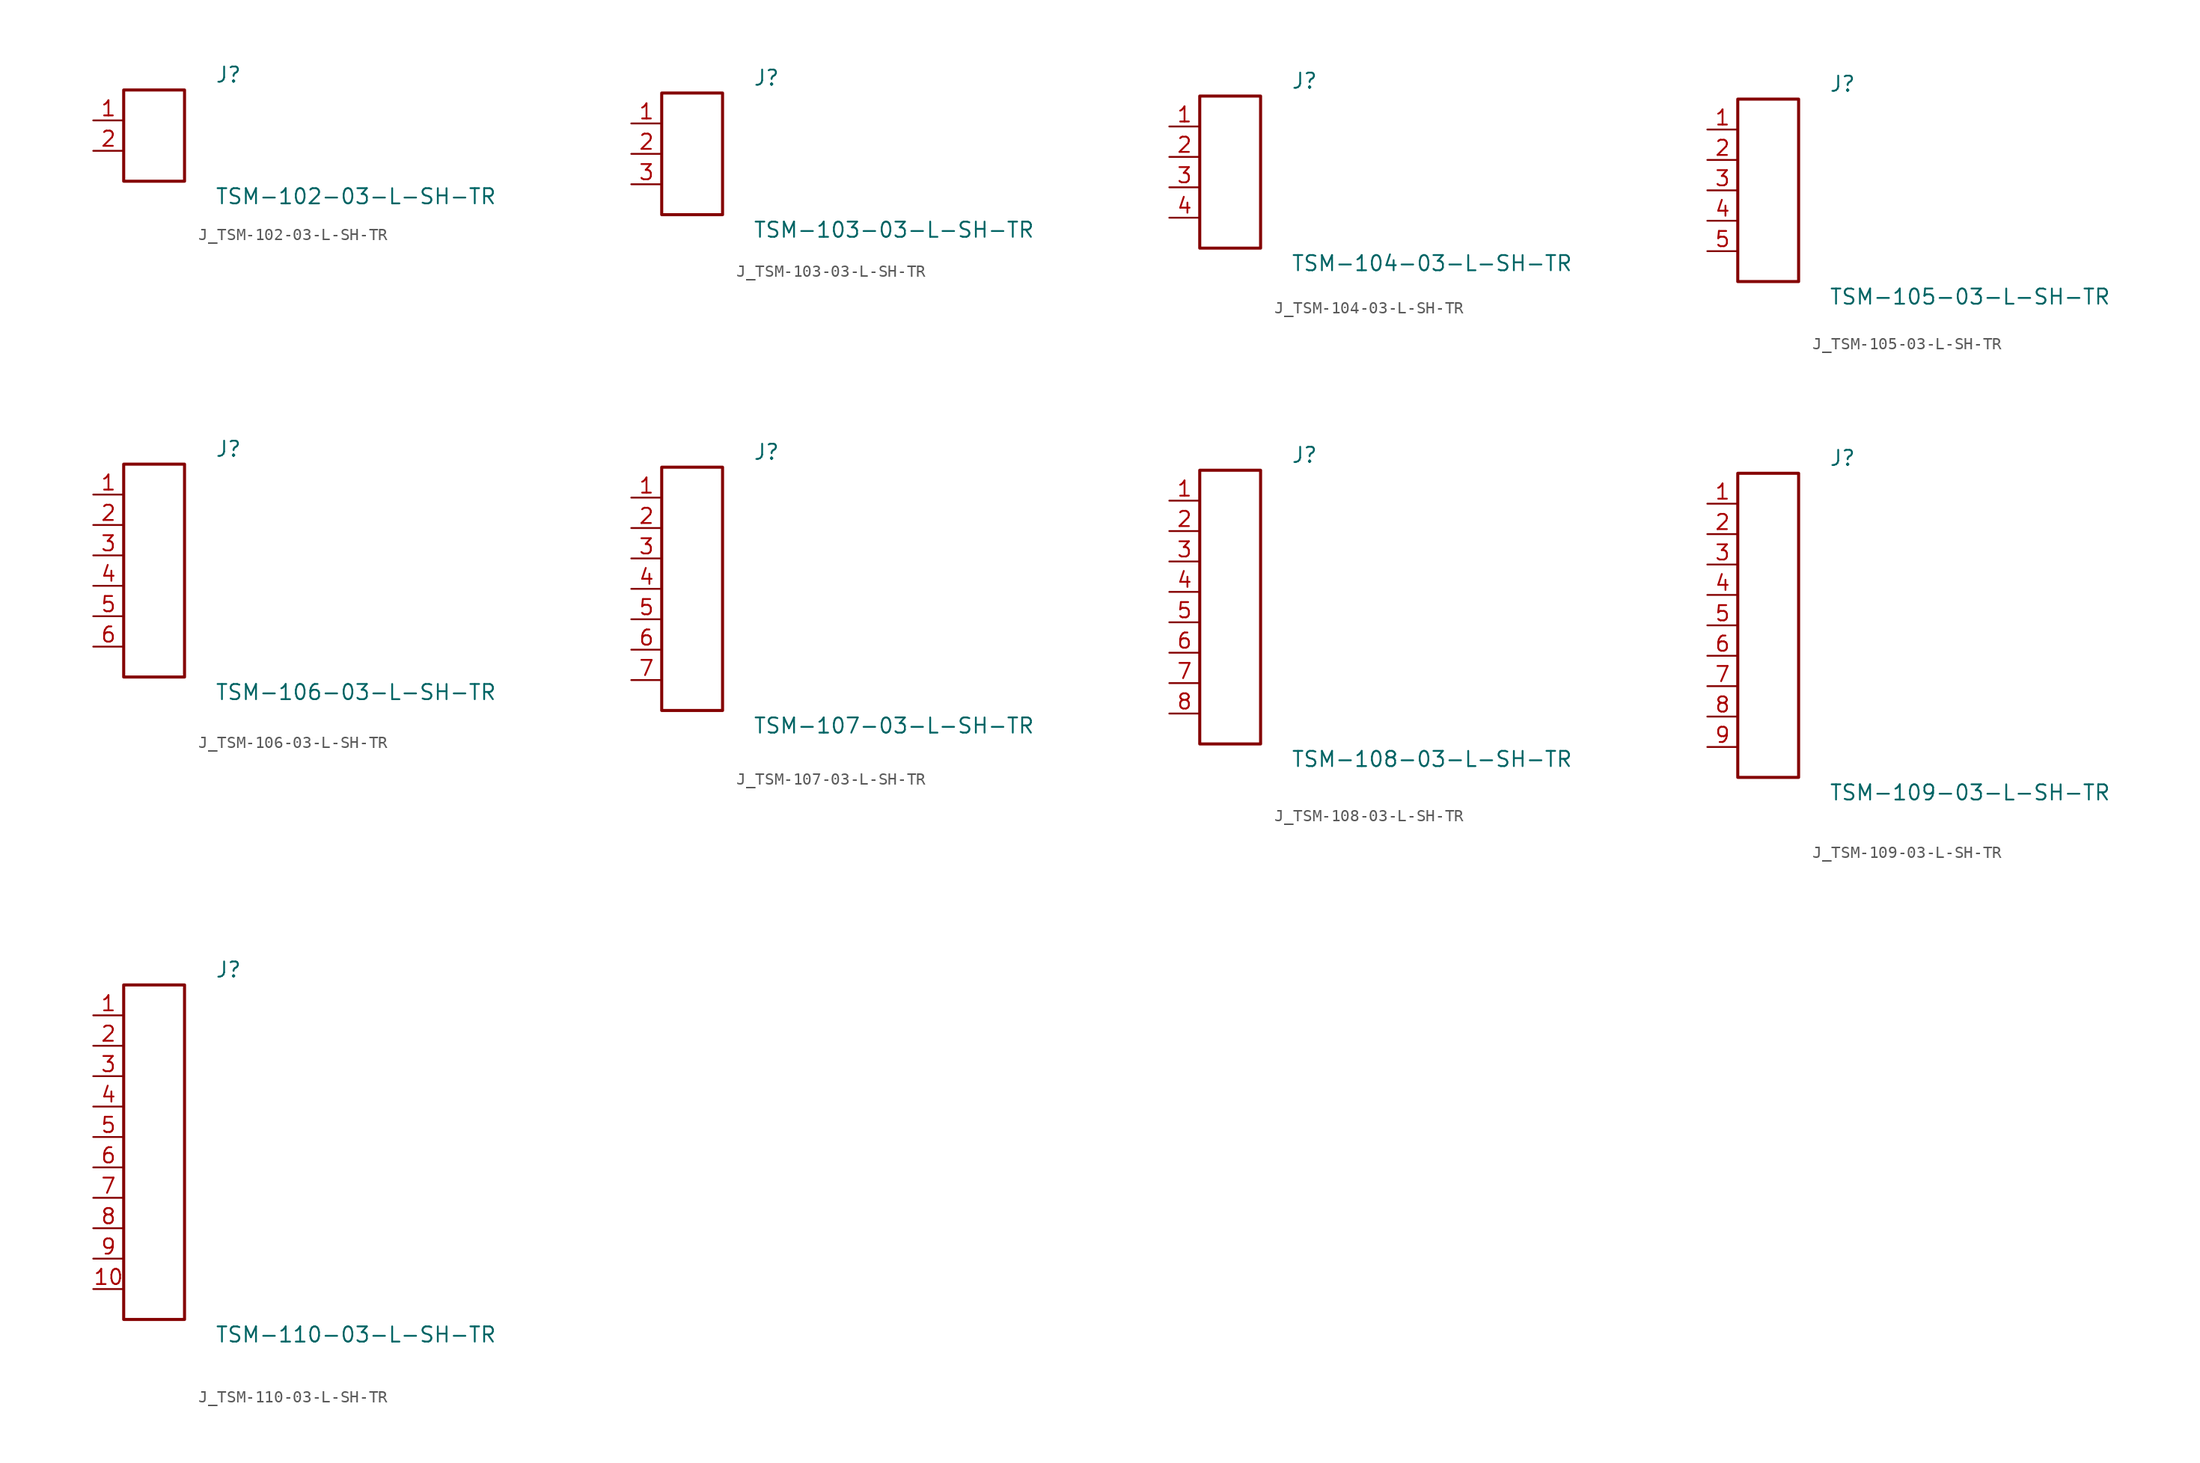
<source format=kicad_sym>
(kicad_symbol_lib
  (version 20231120)
  (generator kicad_symbol_editor)
  (generator_version 8.0)
  (symbol "J_TSM-102-03-L-SH-TR"
    (pin_names
      (offset 0.254))
    (property "Reference" "J"
      (at 5.08 5.08 0)
      (effects (font (size 1.27 1.27)) (justify left)))
    (property "Value" "TSM-102-03-L-SH-TR"
      (at 5.08 -5.08 0)
      (effects (font (size 1.27 1.27)) (justify left)))
    (symbol "J_TSM-102-03-L-SH-TR_0_0"
      (pin unspecified line (at -5.08 1.27 0) (length 2.54) (name "" (effects (font (size 1.27 1.27)))) (number "1" (effects (font (size 1.27 1.27)))))
      (pin unspecified line (at -5.08 -1.27 0) (length 2.54) (name "" (effects (font (size 1.27 1.27)))) (number "2" (effects (font (size 1.27 1.27))))))
    (symbol "J_TSM-102-03-L-SH-TR_1_0"
      (rectangle (start -2.54 3.81) (end 2.54 -3.81) (stroke (width 0.254) (type solid)) (fill (type none)))))
  (symbol "J_TSM-103-03-L-SH-TR"
    (pin_names
      (offset 0.254))
    (property "Reference" "J"
      (at 5.08 6.35 0)
      (effects (font (size 1.27 1.27)) (justify left)))
    (property "Value" "TSM-103-03-L-SH-TR"
      (at 5.08 -6.35 0)
      (effects (font (size 1.27 1.27)) (justify left)))
    (symbol "J_TSM-103-03-L-SH-TR_0_0"
      (pin unspecified line (at -5.08 2.54 0) (length 2.54) (name "" (effects (font (size 1.27 1.27)))) (number "1" (effects (font (size 1.27 1.27)))))
      (pin unspecified line (at -5.08 0.0 0) (length 2.54) (name "" (effects (font (size 1.27 1.27)))) (number "2" (effects (font (size 1.27 1.27)))))
      (pin unspecified line (at -5.08 -2.54 0) (length 2.54) (name "" (effects (font (size 1.27 1.27)))) (number "3" (effects (font (size 1.27 1.27))))))
    (symbol "J_TSM-103-03-L-SH-TR_1_0"
      (rectangle (start -2.54 5.08) (end 2.54 -5.08) (stroke (width 0.254) (type solid)) (fill (type none)))))
  (symbol "J_TSM-104-03-L-SH-TR"
    (pin_names
      (offset 0.254))
    (property "Reference" "J"
      (at 5.08 7.62 0)
      (effects (font (size 1.27 1.27)) (justify left)))
    (property "Value" "TSM-104-03-L-SH-TR"
      (at 5.08 -7.62 0)
      (effects (font (size 1.27 1.27)) (justify left)))
    (symbol "J_TSM-104-03-L-SH-TR_0_0"
      (pin unspecified line (at -5.08 3.81 0) (length 2.54) (name "" (effects (font (size 1.27 1.27)))) (number "1" (effects (font (size 1.27 1.27)))))
      (pin unspecified line (at -5.08 1.27 0) (length 2.54) (name "" (effects (font (size 1.27 1.27)))) (number "2" (effects (font (size 1.27 1.27)))))
      (pin unspecified line (at -5.08 -1.27 0) (length 2.54) (name "" (effects (font (size 1.27 1.27)))) (number "3" (effects (font (size 1.27 1.27)))))
      (pin unspecified line (at -5.08 -3.81 0) (length 2.54) (name "" (effects (font (size 1.27 1.27)))) (number "4" (effects (font (size 1.27 1.27))))))
    (symbol "J_TSM-104-03-L-SH-TR_1_0"
      (rectangle (start -2.54 6.35) (end 2.54 -6.35) (stroke (width 0.254) (type solid)) (fill (type none)))))
  (symbol "J_TSM-105-03-L-SH-TR"
    (pin_names
      (offset 0.254))
    (property "Reference" "J"
      (at 5.08 8.89 0)
      (effects (font (size 1.27 1.27)) (justify left)))
    (property "Value" "TSM-105-03-L-SH-TR"
      (at 5.08 -8.89 0)
      (effects (font (size 1.27 1.27)) (justify left)))
    (symbol "J_TSM-105-03-L-SH-TR_0_0"
      (pin unspecified line (at -5.08 5.08 0) (length 2.54) (name "" (effects (font (size 1.27 1.27)))) (number "1" (effects (font (size 1.27 1.27)))))
      (pin unspecified line (at -5.08 2.54 0) (length 2.54) (name "" (effects (font (size 1.27 1.27)))) (number "2" (effects (font (size 1.27 1.27)))))
      (pin unspecified line (at -5.08 0.0 0) (length 2.54) (name "" (effects (font (size 1.27 1.27)))) (number "3" (effects (font (size 1.27 1.27)))))
      (pin unspecified line (at -5.08 -2.54 0) (length 2.54) (name "" (effects (font (size 1.27 1.27)))) (number "4" (effects (font (size 1.27 1.27)))))
      (pin unspecified line (at -5.08 -5.08 0) (length 2.54) (name "" (effects (font (size 1.27 1.27)))) (number "5" (effects (font (size 1.27 1.27))))))
    (symbol "J_TSM-105-03-L-SH-TR_1_0"
      (rectangle (start -2.54 7.62) (end 2.54 -7.62) (stroke (width 0.254) (type solid)) (fill (type none)))))
  (symbol "J_TSM-106-03-L-SH-TR"
    (pin_names
      (offset 0.254))
    (property "Reference" "J"
      (at 5.08 10.16 0)
      (effects (font (size 1.27 1.27)) (justify left)))
    (property "Value" "TSM-106-03-L-SH-TR"
      (at 5.08 -10.16 0)
      (effects (font (size 1.27 1.27)) (justify left)))
    (symbol "J_TSM-106-03-L-SH-TR_0_0"
      (pin unspecified line (at -5.08 6.35 0) (length 2.54) (name "" (effects (font (size 1.27 1.27)))) (number "1" (effects (font (size 1.27 1.27)))))
      (pin unspecified line (at -5.08 3.81 0) (length 2.54) (name "" (effects (font (size 1.27 1.27)))) (number "2" (effects (font (size 1.27 1.27)))))
      (pin unspecified line (at -5.08 1.27 0) (length 2.54) (name "" (effects (font (size 1.27 1.27)))) (number "3" (effects (font (size 1.27 1.27)))))
      (pin unspecified line (at -5.08 -1.27 0) (length 2.54) (name "" (effects (font (size 1.27 1.27)))) (number "4" (effects (font (size 1.27 1.27)))))
      (pin unspecified line (at -5.08 -3.81 0) (length 2.54) (name "" (effects (font (size 1.27 1.27)))) (number "5" (effects (font (size 1.27 1.27)))))
      (pin unspecified line (at -5.08 -6.35 0) (length 2.54) (name "" (effects (font (size 1.27 1.27)))) (number "6" (effects (font (size 1.27 1.27))))))
    (symbol "J_TSM-106-03-L-SH-TR_1_0"
      (rectangle (start -2.54 8.89) (end 2.54 -8.89) (stroke (width 0.254) (type solid)) (fill (type none)))))
  (symbol "J_TSM-107-03-L-SH-TR"
    (pin_names
      (offset 0.254))
    (property "Reference" "J"
      (at 5.08 11.43 0)
      (effects (font (size 1.27 1.27)) (justify left)))
    (property "Value" "TSM-107-03-L-SH-TR"
      (at 5.08 -11.43 0)
      (effects (font (size 1.27 1.27)) (justify left)))
    (symbol "J_TSM-107-03-L-SH-TR_0_0"
      (pin unspecified line (at -5.08 7.62 0) (length 2.54) (name "" (effects (font (size 1.27 1.27)))) (number "1" (effects (font (size 1.27 1.27)))))
      (pin unspecified line (at -5.08 5.08 0) (length 2.54) (name "" (effects (font (size 1.27 1.27)))) (number "2" (effects (font (size 1.27 1.27)))))
      (pin unspecified line (at -5.08 2.54 0) (length 2.54) (name "" (effects (font (size 1.27 1.27)))) (number "3" (effects (font (size 1.27 1.27)))))
      (pin unspecified line (at -5.08 0.0 0) (length 2.54) (name "" (effects (font (size 1.27 1.27)))) (number "4" (effects (font (size 1.27 1.27)))))
      (pin unspecified line (at -5.08 -2.54 0) (length 2.54) (name "" (effects (font (size 1.27 1.27)))) (number "5" (effects (font (size 1.27 1.27)))))
      (pin unspecified line (at -5.08 -5.08 0) (length 2.54) (name "" (effects (font (size 1.27 1.27)))) (number "6" (effects (font (size 1.27 1.27)))))
      (pin unspecified line (at -5.08 -7.62 0) (length 2.54) (name "" (effects (font (size 1.27 1.27)))) (number "7" (effects (font (size 1.27 1.27))))))
    (symbol "J_TSM-107-03-L-SH-TR_1_0"
      (rectangle (start -2.54 10.16) (end 2.54 -10.16) (stroke (width 0.254) (type solid)) (fill (type none)))))
  (symbol "J_TSM-108-03-L-SH-TR"
    (pin_names
      (offset 0.254))
    (property "Reference" "J"
      (at 5.08 12.7 0)
      (effects (font (size 1.27 1.27)) (justify left)))
    (property "Value" "TSM-108-03-L-SH-TR"
      (at 5.08 -12.7 0)
      (effects (font (size 1.27 1.27)) (justify left)))
    (symbol "J_TSM-108-03-L-SH-TR_0_0"
      (pin unspecified line (at -5.08 8.89 0) (length 2.54) (name "" (effects (font (size 1.27 1.27)))) (number "1" (effects (font (size 1.27 1.27)))))
      (pin unspecified line (at -5.08 6.35 0) (length 2.54) (name "" (effects (font (size 1.27 1.27)))) (number "2" (effects (font (size 1.27 1.27)))))
      (pin unspecified line (at -5.08 3.81 0) (length 2.54) (name "" (effects (font (size 1.27 1.27)))) (number "3" (effects (font (size 1.27 1.27)))))
      (pin unspecified line (at -5.08 1.27 0) (length 2.54) (name "" (effects (font (size 1.27 1.27)))) (number "4" (effects (font (size 1.27 1.27)))))
      (pin unspecified line (at -5.08 -1.27 0) (length 2.54) (name "" (effects (font (size 1.27 1.27)))) (number "5" (effects (font (size 1.27 1.27)))))
      (pin unspecified line (at -5.08 -3.81 0) (length 2.54) (name "" (effects (font (size 1.27 1.27)))) (number "6" (effects (font (size 1.27 1.27)))))
      (pin unspecified line (at -5.08 -6.35 0) (length 2.54) (name "" (effects (font (size 1.27 1.27)))) (number "7" (effects (font (size 1.27 1.27)))))
      (pin unspecified line (at -5.08 -8.89 0) (length 2.54) (name "" (effects (font (size 1.27 1.27)))) (number "8" (effects (font (size 1.27 1.27))))))
    (symbol "J_TSM-108-03-L-SH-TR_1_0"
      (rectangle (start -2.54 11.43) (end 2.54 -11.43) (stroke (width 0.254) (type solid)) (fill (type none)))))
  (symbol "J_TSM-109-03-L-SH-TR"
    (pin_names
      (offset 0.254))
    (property "Reference" "J"
      (at 5.08 13.97 0)
      (effects (font (size 1.27 1.27)) (justify left)))
    (property "Value" "TSM-109-03-L-SH-TR"
      (at 5.08 -13.97 0)
      (effects (font (size 1.27 1.27)) (justify left)))
    (symbol "J_TSM-109-03-L-SH-TR_0_0"
      (pin unspecified line (at -5.08 10.16 0) (length 2.54) (name "" (effects (font (size 1.27 1.27)))) (number "1" (effects (font (size 1.27 1.27)))))
      (pin unspecified line (at -5.08 7.62 0) (length 2.54) (name "" (effects (font (size 1.27 1.27)))) (number "2" (effects (font (size 1.27 1.27)))))
      (pin unspecified line (at -5.08 5.08 0) (length 2.54) (name "" (effects (font (size 1.27 1.27)))) (number "3" (effects (font (size 1.27 1.27)))))
      (pin unspecified line (at -5.08 2.54 0) (length 2.54) (name "" (effects (font (size 1.27 1.27)))) (number "4" (effects (font (size 1.27 1.27)))))
      (pin unspecified line (at -5.08 0.0 0) (length 2.54) (name "" (effects (font (size 1.27 1.27)))) (number "5" (effects (font (size 1.27 1.27)))))
      (pin unspecified line (at -5.08 -2.54 0) (length 2.54) (name "" (effects (font (size 1.27 1.27)))) (number "6" (effects (font (size 1.27 1.27)))))
      (pin unspecified line (at -5.08 -5.08 0) (length 2.54) (name "" (effects (font (size 1.27 1.27)))) (number "7" (effects (font (size 1.27 1.27)))))
      (pin unspecified line (at -5.08 -7.62 0) (length 2.54) (name "" (effects (font (size 1.27 1.27)))) (number "8" (effects (font (size 1.27 1.27)))))
      (pin unspecified line (at -5.08 -10.16 0) (length 2.54) (name "" (effects (font (size 1.27 1.27)))) (number "9" (effects (font (size 1.27 1.27))))))
    (symbol "J_TSM-109-03-L-SH-TR_1_0"
      (rectangle (start -2.54 12.7) (end 2.54 -12.7) (stroke (width 0.254) (type solid)) (fill (type none)))))
  (symbol "J_TSM-110-03-L-SH-TR"
    (pin_names
      (offset 0.254))
    (property "Reference" "J"
      (at 5.08 15.24 0)
      (effects (font (size 1.27 1.27)) (justify left)))
    (property "Value" "TSM-110-03-L-SH-TR"
      (at 5.08 -15.24 0)
      (effects (font (size 1.27 1.27)) (justify left)))
    (symbol "J_TSM-110-03-L-SH-TR_0_0"
      (pin unspecified line (at -5.08 11.43 0) (length 2.54) (name "" (effects (font (size 1.27 1.27)))) (number "1" (effects (font (size 1.27 1.27)))))
      (pin unspecified line (at -5.08 8.89 0) (length 2.54) (name "" (effects (font (size 1.27 1.27)))) (number "2" (effects (font (size 1.27 1.27)))))
      (pin unspecified line (at -5.08 6.35 0) (length 2.54) (name "" (effects (font (size 1.27 1.27)))) (number "3" (effects (font (size 1.27 1.27)))))
      (pin unspecified line (at -5.08 3.81 0) (length 2.54) (name "" (effects (font (size 1.27 1.27)))) (number "4" (effects (font (size 1.27 1.27)))))
      (pin unspecified line (at -5.08 1.27 0) (length 2.54) (name "" (effects (font (size 1.27 1.27)))) (number "5" (effects (font (size 1.27 1.27)))))
      (pin unspecified line (at -5.08 -1.27 0) (length 2.54) (name "" (effects (font (size 1.27 1.27)))) (number "6" (effects (font (size 1.27 1.27)))))
      (pin unspecified line (at -5.08 -3.81 0) (length 2.54) (name "" (effects (font (size 1.27 1.27)))) (number "7" (effects (font (size 1.27 1.27)))))
      (pin unspecified line (at -5.08 -6.35 0) (length 2.54) (name "" (effects (font (size 1.27 1.27)))) (number "8" (effects (font (size 1.27 1.27)))))
      (pin unspecified line (at -5.08 -8.89 0) (length 2.54) (name "" (effects (font (size 1.27 1.27)))) (number "9" (effects (font (size 1.27 1.27)))))
      (pin unspecified line (at -5.08 -11.43 0) (length 2.54) (name "" (effects (font (size 1.27 1.27)))) (number "10" (effects (font (size 1.27 1.27))))))
    (symbol "J_TSM-110-03-L-SH-TR_1_0"
      (rectangle (start -2.54 13.97) (end 2.54 -13.97) (stroke (width 0.254) (type solid)) (fill (type none))))))
</source>
